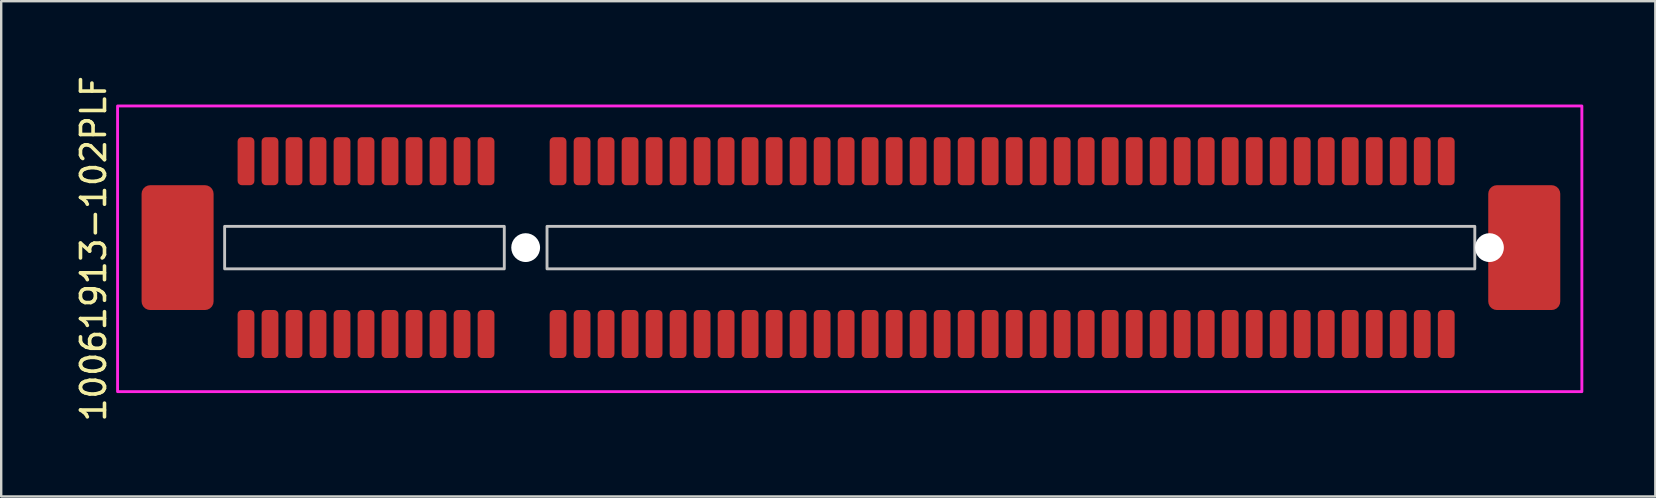
<source format=kicad_pcb>
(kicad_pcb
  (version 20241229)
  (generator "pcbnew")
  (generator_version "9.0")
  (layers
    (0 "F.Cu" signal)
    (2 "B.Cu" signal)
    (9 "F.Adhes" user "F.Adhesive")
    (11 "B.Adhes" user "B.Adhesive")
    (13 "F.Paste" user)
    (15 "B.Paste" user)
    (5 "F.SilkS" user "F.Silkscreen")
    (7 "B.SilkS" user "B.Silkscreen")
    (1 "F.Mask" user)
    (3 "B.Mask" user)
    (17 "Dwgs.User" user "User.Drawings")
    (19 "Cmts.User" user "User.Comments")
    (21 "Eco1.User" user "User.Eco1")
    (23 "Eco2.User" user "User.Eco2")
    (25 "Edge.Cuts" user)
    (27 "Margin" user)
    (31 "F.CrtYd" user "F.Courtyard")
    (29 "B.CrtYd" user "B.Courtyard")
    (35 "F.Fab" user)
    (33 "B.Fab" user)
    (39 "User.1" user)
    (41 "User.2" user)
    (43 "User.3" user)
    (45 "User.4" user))
  (footprint "10061913-102PLF"
    (layer "F.Cu")
    (at 18.848 7.265)
    (property "Reference" "10061913-102PLF" (at -18 0.05 90) (unlocked yes) (layer "F.SilkS") (effects (font (size 1 1) (thickness 0.15))))
    (attr smd)
    (fp_rect (start -15.7 -0.7) (end -13.3 0.7) (stroke (width 0.12) (type solid)) (fill yes) (layer "F.Paste"))
    (fp_rect (start -15.7 1.1) (end -13.3 2.5) (stroke (width 0.12) (type solid)) (fill yes) (layer "F.Paste"))
    (fp_rect (start 40.4 1) (end 42.8 2.5) (stroke (width 0.12) (type solid)) (fill yes) (layer "F.Paste"))
    (fp_rect (start 40.9 -0.6) (end 42.8 0.6) (stroke (width 0.12) (type solid)) (fill yes) (layer "F.Paste"))
    (fp_poly (pts (xy -13.3 -1.1) (xy -15.7 -1.1) (xy -15.7 -2.5) (xy -13.3 -2.5)) (stroke (width 0.12) (type solid)) (fill yes) (layer "F.Paste"))
    (fp_poly (pts (xy 42.8 -1) (xy 40.4 -1) (xy 40.4 -2.5) (xy 42.8 -2.5)) (stroke (width 0.12) (type solid)) (fill yes) (layer "F.Paste"))
    (fp_rect (start -12.54 -0.885) (end -0.89 0.885) (stroke (width 0.12) (type solid)) (fill no) (layer "Dwgs.User"))
    (fp_rect (start 0.89 -0.885) (end 39.54 0.885) (stroke (width 0.12) (type solid)) (fill no) (layer "Dwgs.User"))
    (fp_rect (start -17 -5.9) (end 44 6) (stroke (width 0.12) (type default)) (fill no) (layer "F.CrtYd"))
    (pad "" np_thru_hole circle (at 0 0) (size 1.2 1.2) (drill 1.2) (layers "*.Cu" "*.Mask"))
    (pad "" np_thru_hole circle (at 40.15 0) (size 1.2 1.2) (drill 1.2) (layers "*.Cu" "*.Mask"))
    (pad "A1" smd roundrect (at -11.65 -3.6) (size 0.7 2) (layers "F.Cu" "F.Mask" "F.Paste") (roundrect_rratio 0.25))
    (pad "A2" smd roundrect (at -10.65 -3.6) (size 0.7 2) (layers "F.Cu" "F.Mask" "F.Paste") (roundrect_rratio 0.25))
    (pad "A3" smd roundrect (at -9.65 -3.6) (size 0.7 2) (layers "F.Cu" "F.Mask" "F.Paste") (roundrect_rratio 0.25))
    (pad "A4" smd roundrect (at -8.65 -3.6) (size 0.7 2) (layers "F.Cu" "F.Mask" "F.Paste") (roundrect_rratio 0.25))
    (pad "A5" smd roundrect (at -7.65 -3.6) (size 0.7 2) (layers "F.Cu" "F.Mask" "F.Paste") (roundrect_rratio 0.25))
    (pad "A6" smd roundrect (at -6.65 -3.6) (size 0.7 2) (layers "F.Cu" "F.Mask" "F.Paste") (roundrect_rratio 0.25))
    (pad "A7" smd roundrect (at -5.65 -3.6) (size 0.7 2) (layers "F.Cu" "F.Mask" "F.Paste") (roundrect_rratio 0.25))
    (pad "A8" smd roundrect (at -4.65 -3.6) (size 0.7 2) (layers "F.Cu" "F.Mask" "F.Paste") (roundrect_rratio 0.25))
    (pad "A9" smd roundrect (at -3.65 -3.6) (size 0.7 2) (layers "F.Cu" "F.Mask" "F.Paste") (roundrect_rratio 0.25))
    (pad "A10" smd roundrect (at -2.65 -3.6) (size 0.7 2) (layers "F.Cu" "F.Mask" "F.Paste") (roundrect_rratio 0.25))
    (pad "A11" smd roundrect (at -1.65 -3.6) (size 0.7 2) (layers "F.Cu" "F.Mask" "F.Paste") (roundrect_rratio 0.25))
    (pad "A12" smd roundrect (at 1.35 -3.6) (size 0.7 2) (layers "F.Cu" "F.Mask" "F.Paste") (roundrect_rratio 0.25))
    (pad "A13" smd roundrect (at 2.35 -3.6) (size 0.7 2) (layers "F.Cu" "F.Mask" "F.Paste") (roundrect_rratio 0.25))
    (pad "A14" smd roundrect (at 3.35 -3.6) (size 0.7 2) (layers "F.Cu" "F.Mask" "F.Paste") (roundrect_rratio 0.25))
    (pad "A15" smd roundrect (at 4.35 -3.6) (size 0.7 2) (layers "F.Cu" "F.Mask" "F.Paste") (roundrect_rratio 0.25))
    (pad "A16" smd roundrect (at 5.35 -3.6) (size 0.7 2) (layers "F.Cu" "F.Mask" "F.Paste") (roundrect_rratio 0.25))
    (pad "A17" smd roundrect (at 6.35 -3.6) (size 0.7 2) (layers "F.Cu" "F.Mask" "F.Paste") (roundrect_rratio 0.25))
    (pad "A18" smd roundrect (at 7.35 -3.6) (size 0.7 2) (layers "F.Cu" "F.Mask" "F.Paste") (roundrect_rratio 0.25))
    (pad "A19" smd roundrect (at 8.35 -3.6) (size 0.7 2) (layers "F.Cu" "F.Mask" "F.Paste") (roundrect_rratio 0.25))
    (pad "A20" smd roundrect (at 9.35 -3.6) (size 0.7 2) (layers "F.Cu" "F.Mask" "F.Paste") (roundrect_rratio 0.25))
    (pad "A21" smd roundrect (at 10.35 -3.6) (size 0.7 2) (layers "F.Cu" "F.Mask" "F.Paste") (roundrect_rratio 0.25))
    (pad "A22" smd roundrect (at 11.35 -3.6) (size 0.7 2) (layers "F.Cu" "F.Mask" "F.Paste") (roundrect_rratio 0.25))
    (pad "A23" smd roundrect (at 12.35 -3.6) (size 0.7 2) (layers "F.Cu" "F.Mask" "F.Paste") (roundrect_rratio 0.25))
    (pad "A24" smd roundrect (at 13.35 -3.6) (size 0.7 2) (layers "F.Cu" "F.Mask" "F.Paste") (roundrect_rratio 0.25))
    (pad "A25" smd roundrect (at 14.35 -3.6) (size 0.7 2) (layers "F.Cu" "F.Mask" "F.Paste") (roundrect_rratio 0.25))
    (pad "A26" smd roundrect (at 15.35 -3.6) (size 0.7 2) (layers "F.Cu" "F.Mask" "F.Paste") (roundrect_rratio 0.25))
    (pad "A27" smd roundrect (at 16.35 -3.6) (size 0.7 2) (layers "F.Cu" "F.Mask" "F.Paste") (roundrect_rratio 0.25))
    (pad "A28" smd roundrect (at 17.35 -3.6) (size 0.7 2) (layers "F.Cu" "F.Mask" "F.Paste") (roundrect_rratio 0.25))
    (pad "A29" smd roundrect (at 18.35 -3.6) (size 0.7 2) (layers "F.Cu" "F.Mask" "F.Paste") (roundrect_rratio 0.25))
    (pad "A30" smd roundrect (at 19.35 -3.6) (size 0.7 2) (layers "F.Cu" "F.Mask" "F.Paste") (roundrect_rratio 0.25))
    (pad "A31" smd roundrect (at 20.35 -3.6) (size 0.7 2) (layers "F.Cu" "F.Mask" "F.Paste") (roundrect_rratio 0.25))
    (pad "A32" smd roundrect (at 21.35 -3.6) (size 0.7 2) (layers "F.Cu" "F.Mask" "F.Paste") (roundrect_rratio 0.25))
    (pad "A33" smd roundrect (at 22.35 -3.6) (size 0.7 2) (layers "F.Cu" "F.Mask" "F.Paste") (roundrect_rratio 0.25))
    (pad "A34" smd roundrect (at 23.35 -3.6) (size 0.7 2) (layers "F.Cu" "F.Mask" "F.Paste") (roundrect_rratio 0.25))
    (pad "A35" smd roundrect (at 24.35 -3.6) (size 0.7 2) (layers "F.Cu" "F.Mask" "F.Paste") (roundrect_rratio 0.25))
    (pad "A36" smd roundrect (at 25.35 -3.6) (size 0.7 2) (layers "F.Cu" "F.Mask" "F.Paste") (roundrect_rratio 0.25))
    (pad "A37" smd roundrect (at 26.35 -3.6) (size 0.7 2) (layers "F.Cu" "F.Mask" "F.Paste") (roundrect_rratio 0.25))
    (pad "A38" smd roundrect (at 27.35 -3.6) (size 0.7 2) (layers "F.Cu" "F.Mask" "F.Paste") (roundrect_rratio 0.25))
    (pad "A39" smd roundrect (at 28.35 -3.6) (size 0.7 2) (layers "F.Cu" "F.Mask" "F.Paste") (roundrect_rratio 0.25))
    (pad "A40" smd roundrect (at 29.35 -3.6) (size 0.7 2) (layers "F.Cu" "F.Mask" "F.Paste") (roundrect_rratio 0.25))
    (pad "A41" smd roundrect (at 30.35 -3.6) (size 0.7 2) (layers "F.Cu" "F.Mask" "F.Paste") (roundrect_rratio 0.25))
    (pad "A42" smd roundrect (at 31.35 -3.6) (size 0.7 2) (layers "F.Cu" "F.Mask" "F.Paste") (roundrect_rratio 0.25))
    (pad "A43" smd roundrect (at 32.35 -3.6) (size 0.7 2) (layers "F.Cu" "F.Mask" "F.Paste") (roundrect_rratio 0.25))
    (pad "A44" smd roundrect (at 33.35 -3.6) (size 0.7 2) (layers "F.Cu" "F.Mask" "F.Paste") (roundrect_rratio 0.25))
    (pad "A45" smd roundrect (at 34.35 -3.6) (size 0.7 2) (layers "F.Cu" "F.Mask" "F.Paste") (roundrect_rratio 0.25))
    (pad "A46" smd roundrect (at 35.35 -3.6) (size 0.7 2) (layers "F.Cu" "F.Mask" "F.Paste") (roundrect_rratio 0.25))
    (pad "A47" smd roundrect (at 36.35 -3.6) (size 0.7 2) (layers "F.Cu" "F.Mask" "F.Paste") (roundrect_rratio 0.25))
    (pad "A48" smd roundrect (at 37.35 -3.6) (size 0.7 2) (layers "F.Cu" "F.Mask" "F.Paste") (roundrect_rratio 0.25))
    (pad "A49" smd roundrect (at 38.35 -3.6) (size 0.7 2) (layers "F.Cu" "F.Mask" "F.Paste") (roundrect_rratio 0.25))
    (pad "B1" smd roundrect (at -11.65 3.6) (size 0.7 2) (layers "F.Cu" "F.Mask" "F.Paste") (roundrect_rratio 0.25))
    (pad "B2" smd roundrect (at -10.65 3.6) (size 0.7 2) (layers "F.Cu" "F.Mask" "F.Paste") (roundrect_rratio 0.25))
    (pad "B3" smd roundrect (at -9.65 3.6) (size 0.7 2) (layers "F.Cu" "F.Mask" "F.Paste") (roundrect_rratio 0.25))
    (pad "B4" smd roundrect (at -8.65 3.6) (size 0.7 2) (layers "F.Cu" "F.Mask" "F.Paste") (roundrect_rratio 0.25))
    (pad "B5" smd roundrect (at -7.65 3.6) (size 0.7 2) (layers "F.Cu" "F.Mask" "F.Paste") (roundrect_rratio 0.25))
    (pad "B6" smd roundrect (at -6.65 3.6) (size 0.7 2) (layers "F.Cu" "F.Mask" "F.Paste") (roundrect_rratio 0.25))
    (pad "B7" smd roundrect (at -5.65 3.6) (size 0.7 2) (layers "F.Cu" "F.Mask" "F.Paste") (roundrect_rratio 0.25))
    (pad "B8" smd roundrect (at -4.65 3.6) (size 0.7 2) (layers "F.Cu" "F.Mask" "F.Paste") (roundrect_rratio 0.25))
    (pad "B9" smd roundrect (at -3.65 3.6) (size 0.7 2) (layers "F.Cu" "F.Mask" "F.Paste") (roundrect_rratio 0.25))
    (pad "B10" smd roundrect (at -2.65 3.6) (size 0.7 2) (layers "F.Cu" "F.Mask" "F.Paste") (roundrect_rratio 0.25))
    (pad "B11" smd roundrect (at -1.65 3.6) (size 0.7 2) (layers "F.Cu" "F.Mask" "F.Paste") (roundrect_rratio 0.25))
    (pad "B12" smd roundrect (at 1.35 3.6) (size 0.7 2) (layers "F.Cu" "F.Mask" "F.Paste") (roundrect_rratio 0.25))
    (pad "B13" smd roundrect (at 2.35 3.6) (size 0.7 2) (layers "F.Cu" "F.Mask" "F.Paste") (roundrect_rratio 0.25))
    (pad "B14" smd roundrect (at 3.35 3.6) (size 0.7 2) (layers "F.Cu" "F.Mask" "F.Paste") (roundrect_rratio 0.25))
    (pad "B15" smd roundrect (at 4.35 3.6) (size 0.7 2) (layers "F.Cu" "F.Mask" "F.Paste") (roundrect_rratio 0.25))
    (pad "B16" smd roundrect (at 5.35 3.6) (size 0.7 2) (layers "F.Cu" "F.Mask" "F.Paste") (roundrect_rratio 0.25))
    (pad "B17" smd roundrect (at 6.35 3.6) (size 0.7 2) (layers "F.Cu" "F.Mask" "F.Paste") (roundrect_rratio 0.25))
    (pad "B18" smd roundrect (at 7.35 3.6) (size 0.7 2) (layers "F.Cu" "F.Mask" "F.Paste") (roundrect_rratio 0.25))
    (pad "B19" smd roundrect (at 8.35 3.6) (size 0.7 2) (layers "F.Cu" "F.Mask" "F.Paste") (roundrect_rratio 0.25))
    (pad "B20" smd roundrect (at 9.35 3.6) (size 0.7 2) (layers "F.Cu" "F.Mask" "F.Paste") (roundrect_rratio 0.25))
    (pad "B21" smd roundrect (at 10.35 3.6) (size 0.7 2) (layers "F.Cu" "F.Mask" "F.Paste") (roundrect_rratio 0.25))
    (pad "B22" smd roundrect (at 11.35 3.6) (size 0.7 2) (layers "F.Cu" "F.Mask" "F.Paste") (roundrect_rratio 0.25))
    (pad "B23" smd roundrect (at 12.35 3.6) (size 0.7 2) (layers "F.Cu" "F.Mask" "F.Paste") (roundrect_rratio 0.25))
    (pad "B24" smd roundrect (at 13.35 3.6) (size 0.7 2) (layers "F.Cu" "F.Mask" "F.Paste") (roundrect_rratio 0.25))
    (pad "B25" smd roundrect (at 14.35 3.6) (size 0.7 2) (layers "F.Cu" "F.Mask" "F.Paste") (roundrect_rratio 0.25))
    (pad "B26" smd roundrect (at 15.35 3.6) (size 0.7 2) (layers "F.Cu" "F.Mask" "F.Paste") (roundrect_rratio 0.25))
    (pad "B27" smd roundrect (at 16.35 3.6) (size 0.7 2) (layers "F.Cu" "F.Mask" "F.Paste") (roundrect_rratio 0.25))
    (pad "B28" smd roundrect (at 17.35 3.6) (size 0.7 2) (layers "F.Cu" "F.Mask" "F.Paste") (roundrect_rratio 0.25))
    (pad "B29" smd roundrect (at 18.35 3.6) (size 0.7 2) (layers "F.Cu" "F.Mask" "F.Paste") (roundrect_rratio 0.25))
    (pad "B30" smd roundrect (at 19.35 3.6) (size 0.7 2) (layers "F.Cu" "F.Mask" "F.Paste") (roundrect_rratio 0.25))
    (pad "B31" smd roundrect (at 20.35 3.6) (size 0.7 2) (layers "F.Cu" "F.Mask" "F.Paste") (roundrect_rratio 0.25))
    (pad "B32" smd roundrect (at 21.35 3.6) (size 0.7 2) (layers "F.Cu" "F.Mask" "F.Paste") (roundrect_rratio 0.25))
    (pad "B33" smd roundrect (at 22.35 3.6) (size 0.7 2) (layers "F.Cu" "F.Mask" "F.Paste") (roundrect_rratio 0.25))
    (pad "B34" smd roundrect (at 23.35 3.6) (size 0.7 2) (layers "F.Cu" "F.Mask" "F.Paste") (roundrect_rratio 0.25))
    (pad "B35" smd roundrect (at 24.35 3.6) (size 0.7 2) (layers "F.Cu" "F.Mask" "F.Paste") (roundrect_rratio 0.25))
    (pad "B36" smd roundrect (at 25.35 3.6) (size 0.7 2) (layers "F.Cu" "F.Mask" "F.Paste") (roundrect_rratio 0.25))
    (pad "B37" smd roundrect (at 26.35 3.6) (size 0.7 2) (layers "F.Cu" "F.Mask" "F.Paste") (roundrect_rratio 0.25))
    (pad "B38" smd roundrect (at 27.35 3.6) (size 0.7 2) (layers "F.Cu" "F.Mask" "F.Paste") (roundrect_rratio 0.25))
    (pad "B39" smd roundrect (at 28.35 3.6) (size 0.7 2) (layers "F.Cu" "F.Mask" "F.Paste") (roundrect_rratio 0.25))
    (pad "B40" smd roundrect (at 29.35 3.6) (size 0.7 2) (layers "F.Cu" "F.Mask" "F.Paste") (roundrect_rratio 0.25))
    (pad "B41" smd roundrect (at 30.35 3.6) (size 0.7 2) (layers "F.Cu" "F.Mask" "F.Paste") (roundrect_rratio 0.25))
    (pad "B42" smd roundrect (at 31.35 3.6) (size 0.7 2) (layers "F.Cu" "F.Mask" "F.Paste") (roundrect_rratio 0.25))
    (pad "B43" smd roundrect (at 32.35 3.6) (size 0.7 2) (layers "F.Cu" "F.Mask" "F.Paste") (roundrect_rratio 0.25))
    (pad "B44" smd roundrect (at 33.35 3.6) (size 0.7 2) (layers "F.Cu" "F.Mask" "F.Paste") (roundrect_rratio 0.25))
    (pad "B45" smd roundrect (at 34.35 3.6) (size 0.7 2) (layers "F.Cu" "F.Mask" "F.Paste") (roundrect_rratio 0.25))
    (pad "B46" smd roundrect (at 35.35 3.6) (size 0.7 2) (layers "F.Cu" "F.Mask" "F.Paste") (roundrect_rratio 0.25))
    (pad "B47" smd roundrect (at 36.35 3.6) (size 0.7 2) (layers "F.Cu" "F.Mask" "F.Paste") (roundrect_rratio 0.25))
    (pad "B48" smd roundrect (at 37.35 3.6) (size 0.7 2) (layers "F.Cu" "F.Mask" "F.Paste") (roundrect_rratio 0.25))
    (pad "B49" smd roundrect (at 38.35 3.6) (size 0.7 2) (layers "F.Cu" "F.Mask" "F.Paste") (roundrect_rratio 0.25))
    (pad "MP" smd roundrect (at -14.5 0) (size 3 5.2) (layers "F.Cu" "F.Mask") (roundrect_rratio 0.12))
    (pad "MP" smd roundrect (at 41.6 0) (size 3 5.2) (layers "F.Cu" "F.Mask") (roundrect_rratio 0.12)))
  (gr_rect
    (start -3 -3)
    (end 65.908 17.631)
    (stroke (width 0.1) (type default))
    (fill no)
    (layer "Edge.Cuts")))
</source>
